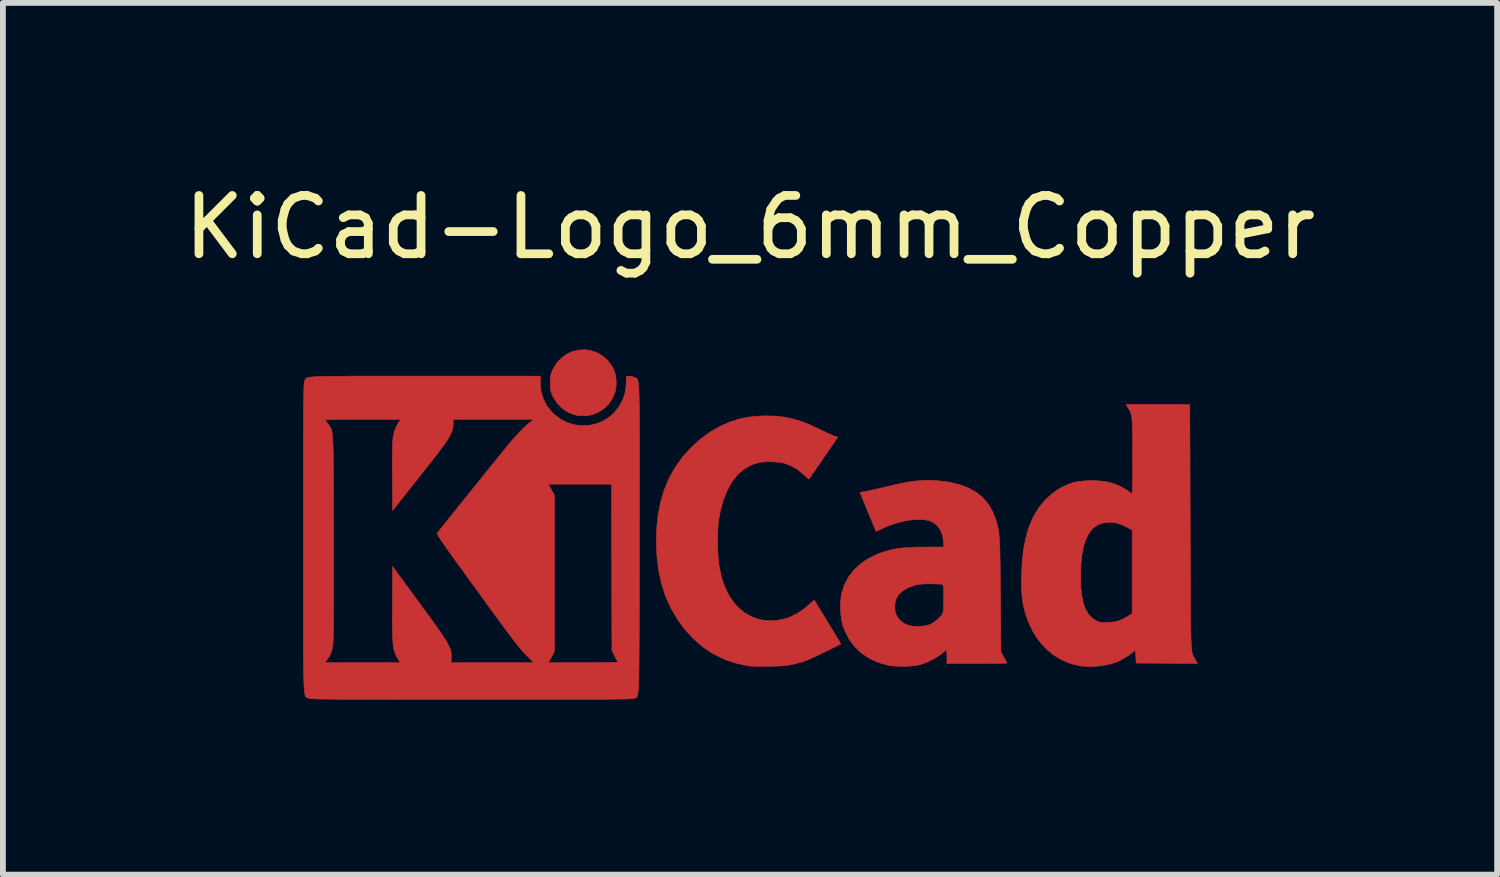
<source format=kicad_pcb>
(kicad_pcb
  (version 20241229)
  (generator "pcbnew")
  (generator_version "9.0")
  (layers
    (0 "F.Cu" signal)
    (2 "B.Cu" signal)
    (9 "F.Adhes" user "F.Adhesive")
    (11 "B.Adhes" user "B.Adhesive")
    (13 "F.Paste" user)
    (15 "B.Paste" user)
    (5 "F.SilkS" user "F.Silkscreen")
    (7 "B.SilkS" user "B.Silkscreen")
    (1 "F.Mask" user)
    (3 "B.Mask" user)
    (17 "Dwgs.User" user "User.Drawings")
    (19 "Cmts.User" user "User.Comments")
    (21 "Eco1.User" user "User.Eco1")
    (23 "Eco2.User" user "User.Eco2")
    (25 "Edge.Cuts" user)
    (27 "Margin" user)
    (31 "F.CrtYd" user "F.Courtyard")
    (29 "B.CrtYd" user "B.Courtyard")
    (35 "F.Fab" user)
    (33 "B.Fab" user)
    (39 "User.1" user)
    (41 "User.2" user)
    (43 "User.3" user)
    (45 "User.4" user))
  (footprint "KiCad-Logo_6mm_Copper"
    (layer "F.Cu")
    (at 9.815 5.928)
    (property "Reference" "KiCad-Logo_6mm_Copper" (at 0 -5.08 0) (layer "F.SilkS") (effects (font (size 1 1) (thickness 0.15))))
    (attr exclude_from_pos_files exclude_from_bom allow_missing_courtyard)
    (fp_poly (pts (xy -2.726 -2.964) (xy -2.623 -2.928) (xy -2.527 -2.871) (xy -2.441 -2.795) (xy -2.369 -2.697) (xy -2.336 -2.636) (xy -2.308 -2.55) (xy -2.295 -2.451) (xy -2.296 -2.35) (xy -2.313 -2.257) (xy -2.359 -2.145) (xy -2.425 -2.047) (xy -2.509 -1.966) (xy -2.606 -1.904) (xy -2.714 -1.862) (xy -2.829 -1.844) (xy -2.948 -1.849) (xy -3.007 -1.862) (xy -3.121 -1.906) (xy -3.222 -1.974) (xy -3.309 -2.063) (xy -3.377 -2.171) (xy -3.383 -2.183) (xy -3.403 -2.227) (xy -3.415 -2.265) (xy -3.422 -2.304) (xy -3.425 -2.355) (xy -3.426 -2.41) (xy -3.425 -2.476) (xy -3.421 -2.523) (xy -3.413 -2.562) (xy -3.399 -2.6) (xy -3.382 -2.639) (xy -3.318 -2.747) (xy -3.238 -2.834) (xy -3.147 -2.901) (xy -3.047 -2.948) (xy -2.941 -2.973) (xy -2.833 -2.979) (xy -2.726 -2.964)) (stroke (width 0.01) (type solid)) (fill yes) (layer "F.Cu"))
    (fp_poly (pts (xy 0.44 -1.84) (xy 0.588 -1.823) (xy 0.731 -1.794) (xy 0.876 -1.751) (xy 1.028 -1.692) (xy 1.192 -1.615) (xy 1.222 -1.6) (xy 1.29 -1.567) (xy 1.354 -1.537) (xy 1.408 -1.513) (xy 1.446 -1.498) (xy 1.451 -1.496) (xy 1.506 -1.48) (xy 1.26 -1.121) (xy 1.2 -1.033) (xy 1.144 -0.953) (xy 1.096 -0.883) (xy 1.057 -0.826) (xy 1.029 -0.785) (xy 1.013 -0.763) (xy 1.011 -0.759) (xy 1 -0.767) (xy 0.975 -0.789) (xy 0.939 -0.823) (xy 0.919 -0.841) (xy 0.806 -0.931) (xy 0.679 -0.999) (xy 0.57 -1.037) (xy 0.504 -1.049) (xy 0.422 -1.056) (xy 0.333 -1.058) (xy 0.247 -1.056) (xy 0.173 -1.048) (xy 0.144 -1.043) (xy 0.011 -0.997) (xy -0.108 -0.927) (xy -0.215 -0.834) (xy -0.308 -0.716) (xy -0.387 -0.575) (xy -0.454 -0.411) (xy -0.506 -0.223) (xy -0.537 -0.062) (xy -0.546 0.009) (xy -0.551 0.101) (xy -0.554 0.207) (xy -0.555 0.32) (xy -0.553 0.435) (xy -0.548 0.544) (xy -0.542 0.64) (xy -0.533 0.718) (xy -0.531 0.73) (xy -0.489 0.923) (xy -0.431 1.094) (xy -0.357 1.243) (xy -0.267 1.372) (xy -0.203 1.442) (xy -0.089 1.536) (xy 0.037 1.606) (xy 0.172 1.651) (xy 0.313 1.671) (xy 0.459 1.666) (xy 0.608 1.634) (xy 0.696 1.603) (xy 0.818 1.542) (xy 0.943 1.453) (xy 1.013 1.393) (xy 1.053 1.358) (xy 1.084 1.332) (xy 1.101 1.32) (xy 1.104 1.32) (xy 1.112 1.332) (xy 1.132 1.366) (xy 1.163 1.416) (xy 1.203 1.482) (xy 1.251 1.56) (xy 1.304 1.647) (xy 1.334 1.696) (xy 1.56 2.067) (xy 1.278 2.207) (xy 1.176 2.257) (xy 1.093 2.296) (xy 1.025 2.327) (xy 0.966 2.351) (xy 0.911 2.371) (xy 0.855 2.388) (xy 0.794 2.403) (xy 0.735 2.417) (xy 0.682 2.428) (xy 0.627 2.437) (xy 0.565 2.443) (xy 0.488 2.447) (xy 0.394 2.45) (xy 0.33 2.451) (xy 0.238 2.452) (xy 0.151 2.451) (xy 0.073 2.45) (xy 0.01 2.447) (xy -0.032 2.444) (xy -0.034 2.443) (xy -0.25 2.396) (xy -0.452 2.326) (xy -0.642 2.231) (xy -0.818 2.112) (xy -0.98 1.969) (xy -1.129 1.803) (xy -1.238 1.654) (xy -1.353 1.461) (xy -1.446 1.256) (xy -1.517 1.038) (xy -1.567 0.807) (xy -1.597 0.56) (xy -1.606 0.309) (xy -1.598 0.066) (xy -1.574 -0.158) (xy -1.533 -0.368) (xy -1.474 -0.565) (xy -1.396 -0.756) (xy -1.387 -0.776) (xy -1.284 -0.96) (xy -1.159 -1.135) (xy -1.013 -1.298) (xy -0.851 -1.445) (xy -0.676 -1.572) (xy -0.514 -1.665) (xy -0.349 -1.738) (xy -0.185 -1.791) (xy -0.013 -1.825) (xy 0.171 -1.842) (xy 0.281 -1.844) (xy 0.44 -1.84)) (stroke (width 0.01) (type solid)) (fill yes) (layer "F.Cu"))
    (fp_poly (pts (xy 6.842 -2.043) (xy 6.959 -2.043) (xy 6.999 -2.042) (xy 7.544 -2.039) (xy 7.551 0.055) (xy 7.552 0.339) (xy 7.553 0.597) (xy 7.554 0.83) (xy 7.555 1.039) (xy 7.555 1.227) (xy 7.556 1.393) (xy 7.557 1.54) (xy 7.559 1.669) (xy 7.56 1.782) (xy 7.562 1.879) (xy 7.564 1.961) (xy 7.567 2.031) (xy 7.57 2.09) (xy 7.574 2.138) (xy 7.578 2.177) (xy 7.582 2.209) (xy 7.588 2.235) (xy 7.594 2.257) (xy 7.601 2.274) (xy 7.609 2.29) (xy 7.618 2.305) (xy 7.627 2.32) (xy 7.638 2.337) (xy 7.64 2.341) (xy 7.676 2.403) (xy 7.15 2.399) (xy 6.625 2.396) (xy 6.618 2.28) (xy 6.614 2.225) (xy 6.61 2.193) (xy 6.605 2.18) (xy 6.597 2.183) (xy 6.59 2.19) (xy 6.561 2.217) (xy 6.514 2.251) (xy 6.456 2.289) (xy 6.392 2.326) (xy 6.33 2.359) (xy 6.283 2.38) (xy 6.171 2.415) (xy 6.044 2.44) (xy 5.909 2.454) (xy 5.777 2.455) (xy 5.656 2.444) (xy 5.654 2.444) (xy 5.49 2.402) (xy 5.335 2.336) (xy 5.193 2.247) (xy 5.065 2.137) (xy 4.951 2.006) (xy 4.854 1.856) (xy 4.775 1.689) (xy 4.731 1.565) (xy 4.703 1.462) (xy 4.682 1.361) (xy 4.667 1.258) (xy 4.659 1.146) (xy 4.656 1.019) (xy 4.658 0.915) (xy 5.671 0.915) (xy 5.675 1.089) (xy 5.691 1.239) (xy 5.716 1.366) (xy 5.754 1.471) (xy 5.803 1.555) (xy 5.864 1.621) (xy 5.934 1.668) (xy 5.971 1.685) (xy 6.003 1.695) (xy 6.038 1.7) (xy 6.086 1.701) (xy 6.137 1.699) (xy 6.238 1.69) (xy 6.318 1.672) (xy 6.343 1.664) (xy 6.4 1.638) (xy 6.461 1.605) (xy 6.487 1.589) (xy 6.556 1.544) (xy 6.556 0.117) (xy 6.48 0.072) (xy 6.375 0.021) (xy 6.268 -0.01) (xy 6.162 -0.019) (xy 6.061 -0.008) (xy 5.97 0.023) (xy 5.893 0.075) (xy 5.868 0.099) (xy 5.808 0.181) (xy 5.759 0.279) (xy 5.721 0.396) (xy 5.695 0.533) (xy 5.678 0.692) (xy 5.671 0.876) (xy 5.671 0.915) (xy 4.658 0.915) (xy 4.658 0.872) (xy 4.67 0.646) (xy 4.693 0.442) (xy 4.729 0.258) (xy 4.777 0.089) (xy 4.839 -0.066) (xy 4.861 -0.112) (xy 4.95 -0.262) (xy 5.058 -0.396) (xy 5.182 -0.51) (xy 5.319 -0.604) (xy 5.468 -0.674) (xy 5.557 -0.703) (xy 5.644 -0.72) (xy 5.749 -0.73) (xy 5.863 -0.734) (xy 5.977 -0.73) (xy 6.083 -0.719) (xy 6.167 -0.703) (xy 6.268 -0.67) (xy 6.366 -0.628) (xy 6.451 -0.58) (xy 6.497 -0.548) (xy 6.528 -0.525) (xy 6.55 -0.51) (xy 6.555 -0.508) (xy 6.557 -0.521) (xy 6.558 -0.559) (xy 6.559 -0.619) (xy 6.561 -0.699) (xy 6.562 -0.795) (xy 6.562 -0.906) (xy 6.563 -1.027) (xy 6.563 -1.151) (xy 6.563 -1.31) (xy 6.562 -1.444) (xy 6.561 -1.555) (xy 6.56 -1.647) (xy 6.557 -1.721) (xy 6.553 -1.781) (xy 6.548 -1.829) (xy 6.54 -1.867) (xy 6.531 -1.898) (xy 6.52 -1.925) (xy 6.507 -1.949) (xy 6.49 -1.975) (xy 6.488 -1.978) (xy 6.467 -2.011) (xy 6.455 -2.034) (xy 6.453 -2.039) (xy 6.466 -2.04) (xy 6.504 -2.041) (xy 6.563 -2.042) (xy 6.642 -2.043) (xy 6.735 -2.043) (xy 6.842 -2.043)) (stroke (width 0.01) (type solid)) (fill yes) (layer "F.Cu"))
    (fp_poly (pts (xy 3.168 -0.736) (xy 3.236 -0.731) (xy 3.43 -0.705) (xy 3.603 -0.663) (xy 3.753 -0.606) (xy 3.884 -0.532) (xy 3.994 -0.441) (xy 4.086 -0.333) (xy 4.16 -0.206) (xy 4.214 -0.069) (xy 4.227 -0.025) (xy 4.239 0.016) (xy 4.249 0.057) (xy 4.258 0.099) (xy 4.266 0.145) (xy 4.272 0.196) (xy 4.277 0.257) (xy 4.281 0.327) (xy 4.285 0.411) (xy 4.287 0.509) (xy 4.29 0.624) (xy 4.292 0.759) (xy 4.293 0.915) (xy 4.295 1.095) (xy 4.296 1.236) (xy 4.304 2.204) (xy 4.356 2.297) (xy 4.38 2.342) (xy 4.398 2.377) (xy 4.407 2.395) (xy 4.407 2.396) (xy 4.394 2.398) (xy 4.356 2.399) (xy 4.297 2.4) (xy 4.22 2.401) (xy 4.127 2.402) (xy 4.021 2.402) (xy 3.906 2.403) (xy 3.892 2.403) (xy 3.378 2.403) (xy 3.378 2.286) (xy 3.377 2.233) (xy 3.374 2.193) (xy 3.371 2.171) (xy 3.369 2.169) (xy 3.356 2.178) (xy 3.328 2.2) (xy 3.291 2.231) (xy 3.29 2.231) (xy 3.224 2.281) (xy 3.14 2.331) (xy 3.048 2.376) (xy 2.957 2.411) (xy 2.918 2.423) (xy 2.838 2.439) (xy 2.741 2.448) (xy 2.635 2.453) (xy 2.528 2.451) (xy 2.43 2.443) (xy 2.362 2.432) (xy 2.194 2.383) (xy 2.042 2.312) (xy 1.909 2.222) (xy 1.794 2.112) (xy 1.699 1.984) (xy 1.625 1.839) (xy 1.592 1.751) (xy 1.572 1.665) (xy 1.559 1.562) (xy 1.553 1.451) (xy 1.553 1.435) (xy 2.482 1.435) (xy 2.489 1.517) (xy 2.515 1.586) (xy 2.562 1.649) (xy 2.581 1.668) (xy 2.645 1.718) (xy 2.72 1.75) (xy 2.81 1.766) (xy 2.904 1.767) (xy 2.994 1.759) (xy 3.062 1.744) (xy 3.092 1.733) (xy 3.145 1.703) (xy 3.202 1.66) (xy 3.254 1.612) (xy 3.293 1.566) (xy 3.303 1.549) (xy 3.311 1.526) (xy 3.317 1.488) (xy 3.32 1.433) (xy 3.322 1.357) (xy 3.323 1.284) (xy 3.322 1.199) (xy 3.321 1.138) (xy 3.319 1.096) (xy 3.315 1.07) (xy 3.309 1.055) (xy 3.301 1.048) (xy 3.299 1.046) (xy 3.276 1.043) (xy 3.233 1.04) (xy 3.173 1.038) (xy 3.104 1.037) (xy 3.089 1.037) (xy 2.997 1.038) (xy 2.925 1.043) (xy 2.869 1.051) (xy 2.822 1.062) (xy 2.706 1.106) (xy 2.615 1.16) (xy 2.548 1.225) (xy 2.504 1.302) (xy 2.484 1.391) (xy 2.482 1.435) (xy 1.553 1.435) (xy 1.554 1.342) (xy 1.564 1.245) (xy 1.571 1.205) (xy 1.617 1.059) (xy 1.687 0.924) (xy 1.78 0.802) (xy 1.895 0.695) (xy 2.03 0.603) (xy 2.183 0.528) (xy 2.313 0.482) (xy 2.401 0.459) (xy 2.484 0.44) (xy 2.569 0.426) (xy 2.661 0.416) (xy 2.765 0.41) (xy 2.888 0.407) (xy 2.998 0.406) (xy 3.326 0.405) (xy 3.319 0.307) (xy 3.302 0.2) (xy 3.264 0.108) (xy 3.207 0.033) (xy 3.134 -0.022) (xy 3.07 -0.048) (xy 2.977 -0.065) (xy 2.867 -0.068) (xy 2.745 -0.057) (xy 2.615 -0.033) (xy 2.483 0.003) (xy 2.354 0.049) (xy 2.261 0.092) (xy 2.216 0.114) (xy 2.181 0.129) (xy 2.164 0.135) (xy 2.163 0.135) (xy 2.157 0.121) (xy 2.142 0.086) (xy 2.119 0.032) (xy 2.09 -0.037) (xy 2.056 -0.118) (xy 2.022 -0.201) (xy 1.886 -0.532) (xy 1.983 -0.548) (xy 2.025 -0.556) (xy 2.088 -0.57) (xy 2.167 -0.587) (xy 2.257 -0.608) (xy 2.351 -0.63) (xy 2.389 -0.64) (xy 2.552 -0.677) (xy 2.694 -0.706) (xy 2.822 -0.725) (xy 2.939 -0.736) (xy 3.053 -0.74) (xy 3.168 -0.736)) (stroke (width 0.01) (type solid)) (fill yes) (layer "F.Cu"))
    (fp_poly (pts (xy -5.956 -2.526) (xy -5.691 -2.526) (xy -5.568 -2.526) (xy -3.597 -2.526) (xy -3.597 -2.41) (xy -3.585 -2.269) (xy -3.547 -2.138) (xy -3.485 -2.018) (xy -3.396 -1.907) (xy -3.366 -1.877) (xy -3.258 -1.793) (xy -3.14 -1.731) (xy -3.013 -1.692) (xy -2.883 -1.676) (xy -2.752 -1.683) (xy -2.625 -1.712) (xy -2.504 -1.765) (xy -2.393 -1.84) (xy -2.343 -1.886) (xy -2.25 -1.997) (xy -2.182 -2.12) (xy -2.139 -2.252) (xy -2.122 -2.392) (xy -2.122 -2.406) (xy -2.121 -2.526) (xy -2.068 -2.526) (xy -2.022 -2.52) (xy -1.979 -2.504) (xy -1.976 -2.503) (xy -1.966 -2.498) (xy -1.957 -2.494) (xy -1.949 -2.49) (xy -1.942 -2.485) (xy -1.935 -2.477) (xy -1.929 -2.467) (xy -1.924 -2.451) (xy -1.919 -2.43) (xy -1.915 -2.402) (xy -1.911 -2.366) (xy -1.908 -2.321) (xy -1.905 -2.266) (xy -1.903 -2.199) (xy -1.901 -2.12) (xy -1.899 -2.027) (xy -1.898 -1.919) (xy -1.897 -1.795) (xy -1.897 -1.654) (xy -1.896 -1.495) (xy -1.896 -1.317) (xy -1.896 -1.118) (xy -1.896 -0.897) (xy -1.897 -0.654) (xy -1.897 -0.386) (xy -1.897 -0.094) (xy -1.898 0.224) (xy -1.898 0.263) (xy -1.898 0.584) (xy -1.899 0.878) (xy -1.899 1.147) (xy -1.899 1.392) (xy -1.9 1.614) (xy -1.9 1.814) (xy -1.901 1.994) (xy -1.902 2.154) (xy -1.903 2.296) (xy -1.904 2.421) (xy -1.905 2.529) (xy -1.907 2.623) (xy -1.909 2.702) (xy -1.911 2.769) (xy -1.914 2.825) (xy -1.918 2.87) (xy -1.921 2.906) (xy -1.926 2.934) (xy -1.931 2.954) (xy -1.936 2.969) (xy -1.942 2.979) (xy -1.949 2.986) (xy -1.956 2.99) (xy -1.965 2.993) (xy -1.974 2.995) (xy -1.983 2.999) (xy -1.986 3) (xy -1.993 3.002) (xy -2.006 3.005) (xy -2.025 3.007) (xy -2.051 3.009) (xy -2.085 3.01) (xy -2.129 3.012) (xy -2.184 3.013) (xy -2.25 3.014) (xy -2.329 3.015) (xy -2.422 3.016) (xy -2.53 3.017) (xy -2.654 3.018) (xy -2.795 3.019) (xy -2.955 3.019) (xy -3.134 3.019) (xy -3.333 3.02) (xy -3.554 3.02) (xy -3.798 3.02) (xy -4.066 3.02) (xy -4.358 3.02) (xy -4.677 3.02) (xy -4.78 3.02) (xy -5.106 3.02) (xy -5.405 3.02) (xy -5.679 3.02) (xy -5.929 3.02) (xy -6.156 3.02) (xy -6.361 3.019) (xy -6.545 3.019) (xy -6.71 3.018) (xy -6.856 3.018) (xy -6.984 3.017) (xy -7.097 3.016) (xy -7.194 3.015) (xy -7.277 3.014) (xy -7.347 3.013) (xy -7.405 3.012) (xy -7.453 3.011) (xy -7.491 3.009) (xy -7.52 3.007) (xy -7.542 3.005) (xy -7.558 3.003) (xy -7.569 3.001) (xy -7.574 2.998) (xy -7.585 2.994) (xy -7.594 2.991) (xy -7.603 2.988) (xy -7.611 2.983) (xy -7.618 2.977) (xy -7.624 2.967) (xy -7.63 2.952) (xy -7.635 2.932) (xy -7.64 2.905) (xy -7.644 2.87) (xy -7.647 2.826) (xy -7.65 2.772) (xy -7.653 2.706) (xy -7.655 2.628) (xy -7.657 2.536) (xy -7.658 2.43) (xy -7.658 2.389) (xy -7.292 2.389) (xy -5.997 2.389) (xy -6.022 2.351) (xy -6.046 2.312) (xy -6.067 2.275) (xy -6.085 2.238) (xy -6.099 2.197) (xy -6.111 2.15) (xy -6.119 2.094) (xy -6.126 2.028) (xy -6.13 1.948) (xy -6.133 1.852) (xy -6.135 1.736) (xy -6.135 1.6) (xy -6.134 1.439) (xy -6.134 1.379) (xy -6.13 0.74) (xy -5.725 1.291) (xy -5.611 1.448) (xy -5.511 1.584) (xy -5.426 1.702) (xy -5.354 1.803) (xy -5.294 1.889) (xy -5.245 1.963) (xy -5.206 2.025) (xy -5.177 2.078) (xy -5.154 2.123) (xy -5.139 2.163) (xy -5.129 2.198) (xy -5.124 2.231) (xy -5.123 2.264) (xy -5.123 2.299) (xy -5.124 2.303) (xy -5.128 2.389) (xy -3.709 2.389) (xy -3.814 2.283) (xy -3.843 2.253) (xy -3.87 2.225) (xy -3.897 2.196) (xy -3.925 2.165) (xy -3.955 2.129) (xy -3.988 2.088) (xy -4.026 2.041) (xy -4.069 1.984) (xy -4.119 1.917) (xy -4.178 1.839) (xy -4.245 1.748) (xy -4.323 1.641) (xy -4.413 1.518) (xy -4.516 1.378) (xy -4.632 1.217) (xy -4.728 1.086) (xy -4.848 0.921) (xy -4.952 0.776) (xy -5.043 0.651) (xy -5.12 0.544) (xy -5.184 0.454) (xy -5.237 0.379) (xy -5.279 0.317) (xy -5.312 0.269) (xy -5.336 0.231) (xy -5.352 0.203) (xy -5.362 0.184) (xy -5.365 0.172) (xy -5.364 0.165) (xy -5.351 0.148) (xy -5.322 0.112) (xy -5.279 0.058) (xy -5.225 -0.01) (xy -5.16 -0.091) (xy -5.086 -0.183) (xy -5.006 -0.283) (xy -4.921 -0.389) (xy -4.832 -0.499) (xy -4.742 -0.611) (xy -4.692 -0.673) (xy -3.459 -0.673) (xy -3.408 -0.58) (xy -3.357 -0.487) (xy -3.357 2.204) (xy -3.408 2.296) (xy -3.459 2.389) (xy -2.853 2.389) (xy -2.709 2.389) (xy -2.589 2.389) (xy -2.493 2.388) (xy -2.417 2.388) (xy -2.359 2.386) (xy -2.317 2.385) (xy -2.289 2.382) (xy -2.273 2.379) (xy -2.266 2.375) (xy -2.265 2.37) (xy -2.269 2.365) (xy -2.27 2.365) (xy -2.287 2.34) (xy -2.31 2.299) (xy -2.33 2.258) (xy -2.368 2.176) (xy -2.376 -0.673) (xy -3.459 -0.673) (xy -4.692 -0.673) (xy -4.651 -0.723) (xy -4.563 -0.832) (xy -4.479 -0.937) (xy -4.4 -1.035) (xy -4.328 -1.124) (xy -4.264 -1.202) (xy -4.212 -1.267) (xy -4.172 -1.317) (xy -4.148 -1.346) (xy -4.056 -1.453) (xy -3.968 -1.55) (xy -3.886 -1.634) (xy -3.814 -1.701) (xy -3.763 -1.741) (xy -3.703 -1.785) (xy -5.092 -1.785) (xy -5.092 -1.703) (xy -5.096 -1.643) (xy -5.11 -1.588) (xy -5.133 -1.535) (xy -5.148 -1.505) (xy -5.163 -1.476) (xy -5.182 -1.445) (xy -5.204 -1.41) (xy -5.232 -1.369) (xy -5.267 -1.322) (xy -5.31 -1.264) (xy -5.362 -1.195) (xy -5.426 -1.113) (xy -5.503 -1.015) (xy -5.593 -0.9) (xy -5.7 -0.765) (xy -5.712 -0.75) (xy -6.13 -0.221) (xy -6.134 -0.807) (xy -6.135 -0.983) (xy -6.135 -1.131) (xy -6.134 -1.254) (xy -6.132 -1.35) (xy -6.128 -1.421) (xy -6.124 -1.467) (xy -6.123 -1.475) (xy -6.101 -1.567) (xy -6.071 -1.649) (xy -6.038 -1.716) (xy -6.018 -1.744) (xy -5.984 -1.785) (xy -6.638 -1.785) (xy -6.794 -1.785) (xy -6.924 -1.784) (xy -7.031 -1.784) (xy -7.116 -1.782) (xy -7.182 -1.781) (xy -7.229 -1.779) (xy -7.26 -1.776) (xy -7.277 -1.773) (xy -7.282 -1.769) (xy -7.282 -1.768) (xy -7.268 -1.747) (xy -7.245 -1.714) (xy -7.233 -1.697) (xy -7.22 -1.68) (xy -7.209 -1.665) (xy -7.199 -1.65) (xy -7.19 -1.635) (xy -7.183 -1.616) (xy -7.176 -1.593) (xy -7.17 -1.565) (xy -7.165 -1.53) (xy -7.161 -1.486) (xy -7.157 -1.432) (xy -7.154 -1.367) (xy -7.151 -1.288) (xy -7.149 -1.196) (xy -7.148 -1.087) (xy -7.147 -0.961) (xy -7.146 -0.816) (xy -7.145 -0.651) (xy -7.144 -0.464) (xy -7.144 -0.253) (xy -7.143 -0.018) (xy -7.143 0.198) (xy -7.142 0.439) (xy -7.142 0.668) (xy -7.142 0.885) (xy -7.142 1.089) (xy -7.142 1.276) (xy -7.143 1.447) (xy -7.144 1.6) (xy -7.145 1.732) (xy -7.146 1.844) (xy -7.148 1.932) (xy -7.149 1.996) (xy -7.151 2.035) (xy -7.151 2.039) (xy -7.163 2.132) (xy -7.182 2.207) (xy -7.211 2.273) (xy -7.253 2.337) (xy -7.258 2.344) (xy -7.292 2.389) (xy -7.658 2.389) (xy -7.659 2.307) (xy -7.66 2.168) (xy -7.66 2.011) (xy -7.661 1.834) (xy -7.661 1.636) (xy -7.661 1.418) (xy -7.661 1.176) (xy -7.661 0.911) (xy -7.661 0.62) (xy -7.661 0.304) (xy -7.661 0.241) (xy -7.661 -0.079) (xy -7.661 -0.372) (xy -7.661 -0.641) (xy -7.661 -0.885) (xy -7.661 -1.106) (xy -7.66 -1.305) (xy -7.66 -1.484) (xy -7.659 -1.643) (xy -7.659 -1.784) (xy -7.658 -1.907) (xy -7.657 -2.015) (xy -7.656 -2.107) (xy -7.655 -2.185) (xy -7.654 -2.25) (xy -7.653 -2.304) (xy -7.651 -2.347) (xy -7.649 -2.381) (xy -7.647 -2.406) (xy -7.645 -2.425) (xy -7.643 -2.437) (xy -7.64 -2.444) (xy -7.64 -2.444) (xy -7.635 -2.455) (xy -7.631 -2.466) (xy -7.626 -2.475) (xy -7.62 -2.483) (xy -7.61 -2.49) (xy -7.596 -2.496) (xy -7.576 -2.502) (xy -7.549 -2.507) (xy -7.514 -2.511) (xy -7.469 -2.515) (xy -7.413 -2.518) (xy -7.345 -2.52) (xy -7.263 -2.522) (xy -7.166 -2.523) (xy -7.052 -2.524) (xy -6.921 -2.525) (xy -6.771 -2.526) (xy -6.601 -2.526) (xy -6.409 -2.526) (xy -6.195 -2.526) (xy -5.956 -2.526)) (stroke (width 0.01) (type solid)) (fill yes) (layer "F.Cu")))
  (gr_rect
    (start -3 -3)
    (end 22.631 11.953)
    (stroke (width 0.1) (type default))
    (fill no)
    (layer "Edge.Cuts")))
</source>
